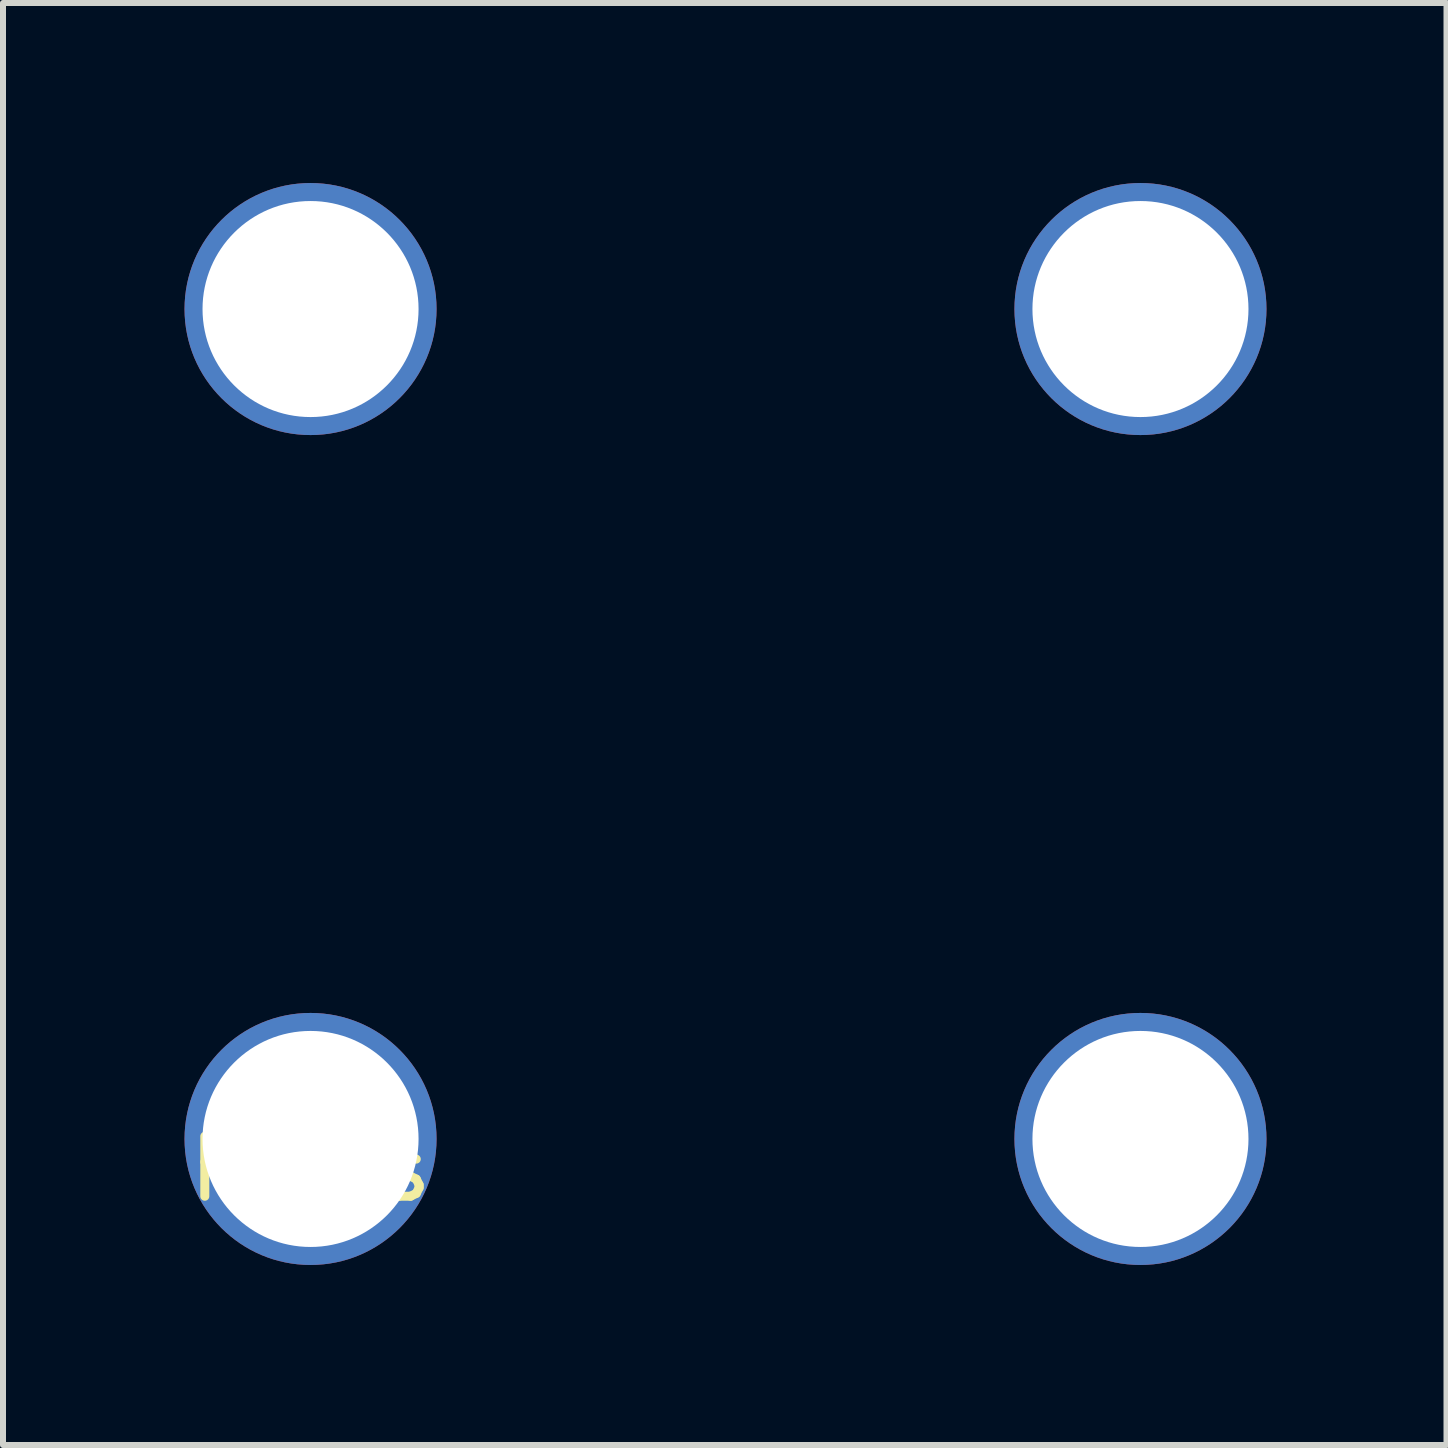
<source format=kicad_pcb>
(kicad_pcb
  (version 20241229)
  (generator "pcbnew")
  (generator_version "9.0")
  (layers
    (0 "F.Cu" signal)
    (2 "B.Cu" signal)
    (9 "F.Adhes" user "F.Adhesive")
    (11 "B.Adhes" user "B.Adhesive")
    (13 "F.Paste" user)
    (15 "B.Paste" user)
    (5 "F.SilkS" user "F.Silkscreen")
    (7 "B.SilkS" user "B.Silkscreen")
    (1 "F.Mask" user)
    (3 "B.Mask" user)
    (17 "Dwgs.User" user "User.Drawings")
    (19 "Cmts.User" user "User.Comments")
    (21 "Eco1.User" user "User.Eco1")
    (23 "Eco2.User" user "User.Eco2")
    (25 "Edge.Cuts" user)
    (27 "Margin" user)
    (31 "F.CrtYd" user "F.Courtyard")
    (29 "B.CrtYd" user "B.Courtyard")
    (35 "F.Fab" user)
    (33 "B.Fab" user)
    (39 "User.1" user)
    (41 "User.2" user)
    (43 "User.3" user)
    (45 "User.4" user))
  (footprint "holes"
    (layer "F.Cu")
    (at 2.125 15.93)
    (property "Reference" "holes" (at 0 0.5 0) (layer "F.SilkS") (effects (font (size 1 1) (thickness 0.15))))
    (attr through_hole)
    (pad "1" thru_hole circle (at 13.83 -13.83) (size 4.2 4.2) (drill 3.6) (layers "*.Cu" "*.Mask"))
    (pad "2" thru_hole circle (at 0 -13.83) (size 4.2 4.2) (drill 3.6) (layers "*.Cu" "*.Mask"))
    (pad "3" thru_hole circle (at 0 0) (size 4.2 4.2) (drill 3.6) (layers "*.Cu" "*.Mask"))
    (pad "4" thru_hole circle (at 13.83 0) (size 4.2 4.2) (drill 3.6) (layers "*.Cu" "*.Mask")))
  (gr_rect
    (start -3 -3)
    (end 21.055 21.03)
    (stroke (width 0.1) (type default))
    (fill no)
    (layer "Edge.Cuts")))
</source>
